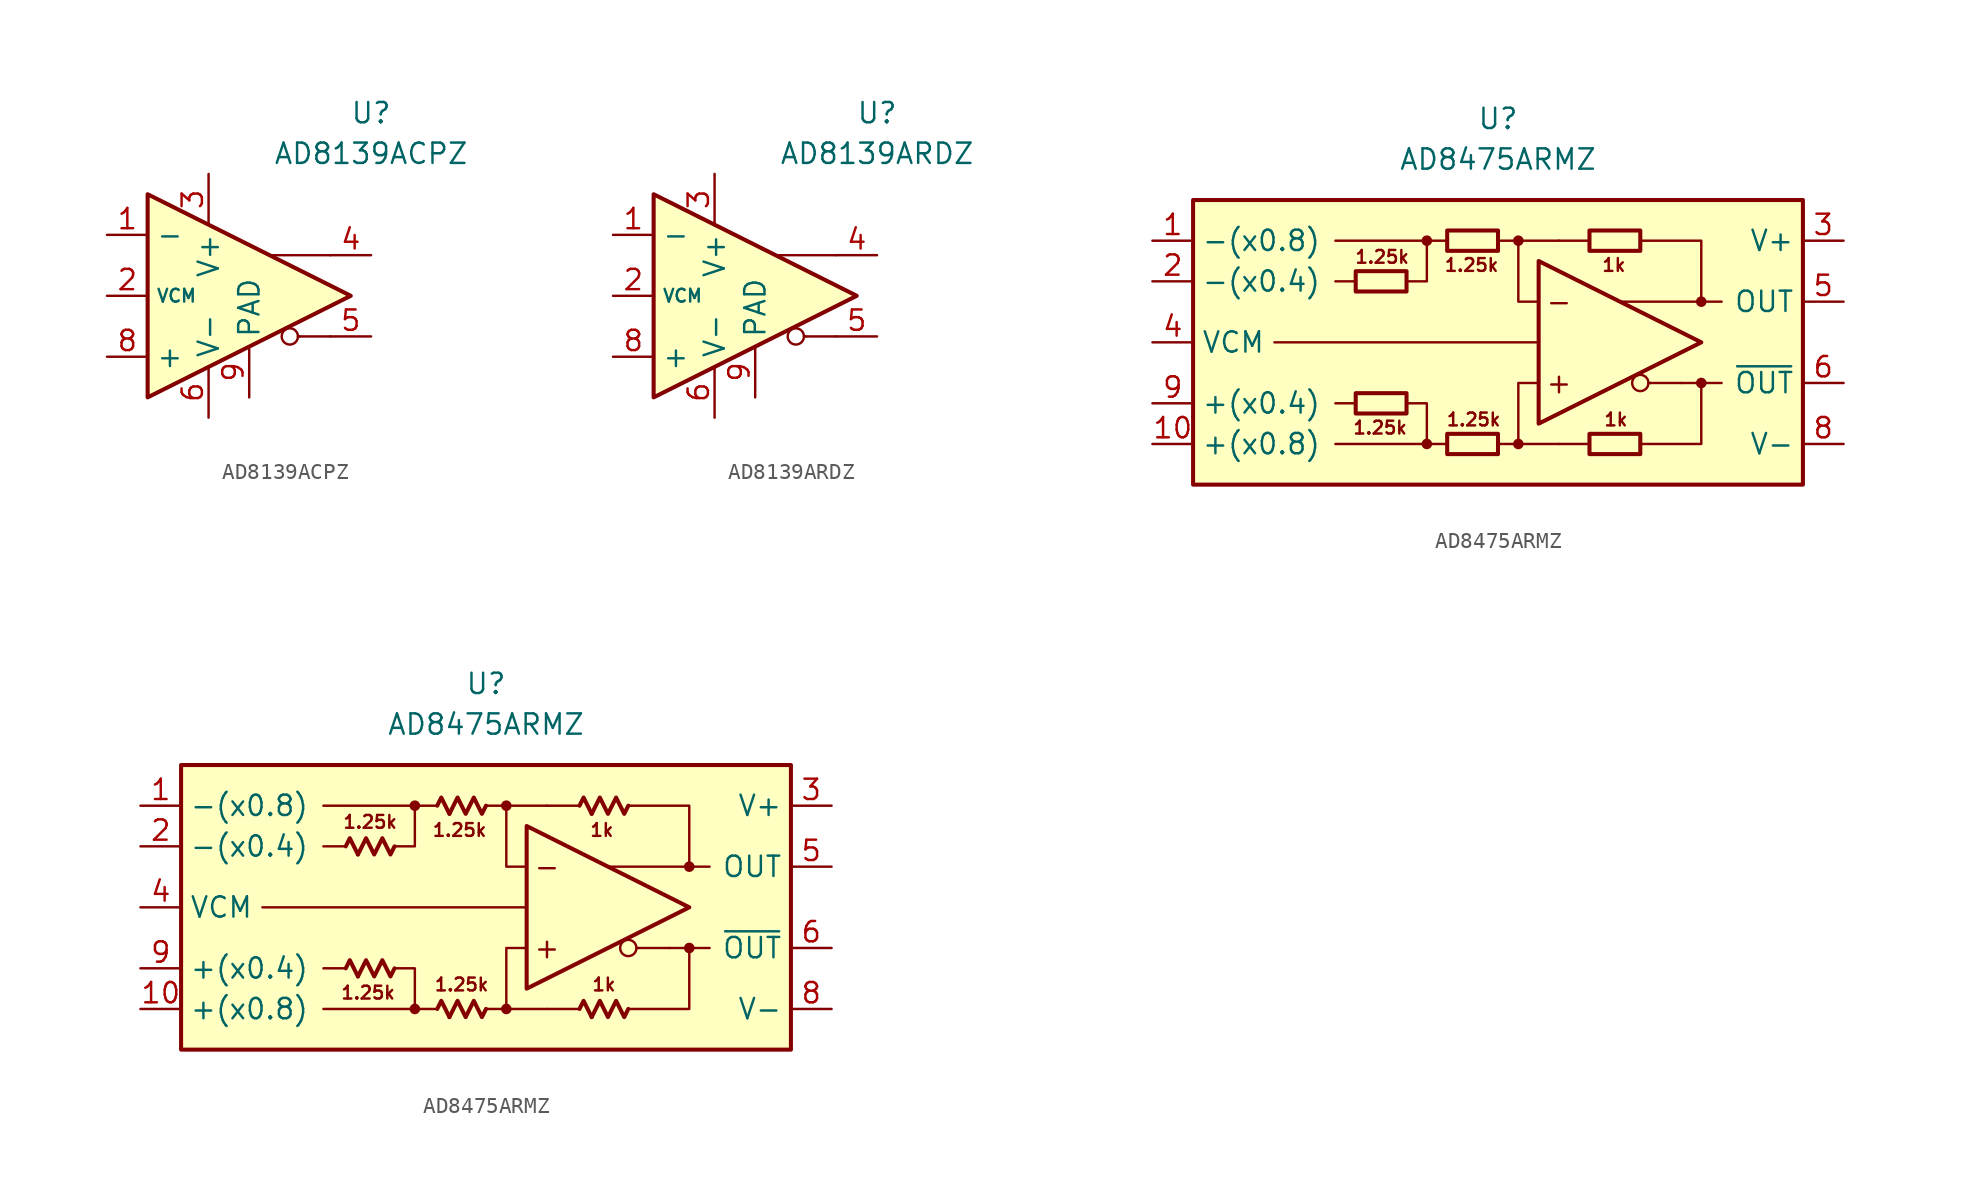
<source format=kicad_sym>
(kicad_symbol_lib
  (version 20231120)
  (generator "kicad_symbol_editor")
  (generator_version "8.0")
  (symbol "AD8139ACPZ"
    (property "Reference" "U"
      (at 8.89 11.43 0)
      (effects (font (size 1.27 1.27))))
    (property "Value" "AD8139ACPZ"
      (at 8.89 8.89 0)
      (effects (font (size 1.27 1.27))))
    (symbol "AD8139ACPZ_0_0"
      (polyline (pts (xy 4.445 -2.54) (xy 4.318 -2.54)) (stroke (width 0.152) (type default)) (fill (type none)))
      (polyline (pts (xy 6.35 -2.54) (xy 4.445 -2.54)) (stroke (width 0.152) (type default)) (fill (type none)))
      (polyline (pts (xy 6.35 2.54) (xy 2.54 2.54)) (stroke (width 0.152) (type default)) (fill (type none)))
      (circle (center 3.81 -2.54) (radius 0.508) (stroke (width 0.152) (type default)) (fill (type none))))
    (symbol "AD8139ACPZ_0_1"
      (polyline (pts (xy -5.08 6.35) (xy -5.08 -6.35) (xy 7.62 0) (xy -5.08 6.35)) (stroke (width 0.254) (type default)) (fill (type background))))
    (symbol "AD8139ACPZ_1_1"
      (pin input line (at -7.62 3.81 0) (length 2.54) (name "-" (effects (font (size 1.27 1.27)))) (number "1" (effects (font (size 1.27 1.27)))))
      (pin input line (at -7.62 0 0) (length 2.54) (name "VCM" (effects (font (size 0.8 0.8)))) (number "2" (effects (font (size 1.27 1.27)))))
      (pin power_in line (at -1.27 7.62 270) (length 3.18) (name "V+" (effects (font (size 1.27 1.27)))) (number "3" (effects (font (size 1.27 1.27)))))
      (pin output line (at 8.89 2.54 180) (length 2.54) (name "~" (effects (font (size 1.27 1.27)))) (number "4" (effects (font (size 1.27 1.27)))))
      (pin output line (at 8.89 -2.54 180) (length 2.54) (name "~" (effects (font (size 1.27 1.27)))) (number "5" (effects (font (size 1.27 1.27)))))
      (pin power_in line (at -1.27 -7.62 90) (length 3.18) (name "V-" (effects (font (size 1.27 1.27)))) (number "6" (effects (font (size 1.27 1.27)))))
      (pin free line (at 0 0 0) (length 2.54) hide (name "NC" (effects (font (size 1.27 1.27)))) (number "7" (effects (font (size 1.27 1.27)))))
      (pin input line (at -7.62 -3.81 0) (length 2.54) (name "+" (effects (font (size 1.27 1.27)))) (number "8" (effects (font (size 1.27 1.27)))))
      (pin power_in line (at 1.27 -6.35 90) (length 3.18) (name "PAD" (effects (font (size 1.27 1.27)))) (number "9" (effects (font (size 1.27 1.27)))))))
  (symbol "AD8139ARDZ"
    (property "Reference" "U"
      (at 8.89 11.43 0)
      (effects (font (size 1.27 1.27))))
    (property "Value" "AD8139ARDZ"
      (at 8.89 8.89 0)
      (effects (font (size 1.27 1.27))))
    (symbol "AD8139ARDZ_0_0"
      (polyline (pts (xy 4.445 -2.54) (xy 4.318 -2.54)) (stroke (width 0.152) (type default)) (fill (type none)))
      (polyline (pts (xy 6.35 -2.54) (xy 4.445 -2.54)) (stroke (width 0.152) (type default)) (fill (type none)))
      (polyline (pts (xy 6.35 2.54) (xy 2.54 2.54)) (stroke (width 0.152) (type default)) (fill (type none)))
      (circle (center 3.81 -2.54) (radius 0.508) (stroke (width 0.152) (type default)) (fill (type none))))
    (symbol "AD8139ARDZ_0_1"
      (polyline (pts (xy -5.08 6.35) (xy -5.08 -6.35) (xy 7.62 0) (xy -5.08 6.35)) (stroke (width 0.254) (type default)) (fill (type background))))
    (symbol "AD8139ARDZ_1_1"
      (pin input line (at -7.62 3.81 0) (length 2.54) (name "-" (effects (font (size 1.27 1.27)))) (number "1" (effects (font (size 1.27 1.27)))))
      (pin input line (at -7.62 0 0) (length 2.54) (name "VCM" (effects (font (size 0.8 0.8)))) (number "2" (effects (font (size 1.27 1.27)))))
      (pin power_in line (at -1.27 7.62 270) (length 3.18) (name "V+" (effects (font (size 1.27 1.27)))) (number "3" (effects (font (size 1.27 1.27)))))
      (pin output line (at 8.89 2.54 180) (length 2.54) (name "~" (effects (font (size 1.27 1.27)))) (number "4" (effects (font (size 1.27 1.27)))))
      (pin output line (at 8.89 -2.54 180) (length 2.54) (name "~" (effects (font (size 1.27 1.27)))) (number "5" (effects (font (size 1.27 1.27)))))
      (pin power_in line (at -1.27 -7.62 90) (length 3.18) (name "V-" (effects (font (size 1.27 1.27)))) (number "6" (effects (font (size 1.27 1.27)))))
      (pin free line (at 0 0 0) (length 2.54) hide (name "NC" (effects (font (size 1.27 1.27)))) (number "7" (effects (font (size 1.27 1.27)))))
      (pin input line (at -7.62 -3.81 0) (length 2.54) (name "+" (effects (font (size 1.27 1.27)))) (number "8" (effects (font (size 1.27 1.27)))))
      (pin power_in line (at 1.27 -6.35 90) (length 3.18) (name "PAD" (effects (font (size 1.27 1.27)))) (number "9" (effects (font (size 1.27 1.27)))))))
  (symbol "AD8475ARMZ"
    (property "Reference" "U"
      (at 0 13.97 0)
      (effects (font (size 1.27 1.27))))
    (property "Value" "AD8475ARMZ"
      (at 0 11.43 0)
      (effects (font (size 1.27 1.27))))
    (symbol "AD8475ARMZ_0_0"
      (rectangle (start -19.05 8.89) (end 19.05 -8.89) (stroke (width 0.254) (type default)) (fill (type background)))
      (circle (center -4.445 -6.35) (radius 0.254) (stroke (width 0.152) (type default)) (fill (type outline)))
      (circle (center -4.445 6.35) (radius 0.254) (stroke (width 0.152) (type default)) (fill (type outline)))
      (polyline (pts (xy -8.89 -3.81) (xy -10.16 -3.81)) (stroke (width 0.152) (type default)) (fill (type none)))
      (polyline (pts (xy -8.89 3.81) (xy -10.16 3.81)) (stroke (width 0.152) (type default)) (fill (type none)))
      (polyline (pts (xy -4.445 6.35) (xy -10.16 6.35)) (stroke (width 0.152) (type default)) (fill (type none)))
      (polyline (pts (xy -3.175 -6.35) (xy -10.16 -6.35)) (stroke (width 0.152) (type default)) (fill (type none)))
      (polyline (pts (xy -3.175 6.35) (xy -4.445 6.35)) (stroke (width 0.152) (type default)) (fill (type none)))
      (polyline (pts (xy 1.27 6.35) (xy 3.81 6.35)) (stroke (width 0.152) (type default)) (fill (type none)))
      (polyline (pts (xy 3.81 -6.35) (xy 1.27 -6.35)) (stroke (width 0.152) (type default)) (fill (type none)))
      (polyline (pts (xy 5.715 -6.35) (xy 3.81 -6.35)) (stroke (width 0.152) (type default)) (fill (type none)))
      (polyline (pts (xy 5.715 6.35) (xy 3.81 6.35)) (stroke (width 0.152) (type default)) (fill (type none)))
      (polyline (pts (xy 9.525 -2.54) (xy 9.398 -2.54)) (stroke (width 0.152) (type default)) (fill (type none)))
      (polyline (pts (xy 11.43 -2.54) (xy 9.525 -2.54)) (stroke (width 0.152) (type default)) (fill (type none)))
      (polyline (pts (xy 12.7 -2.54) (xy 13.97 -2.54)) (stroke (width 0.152) (type default)) (fill (type none)))
      (polyline (pts (xy 12.7 2.54) (xy 13.97 2.54)) (stroke (width 0.152) (type default)) (fill (type none)))
      (polyline (pts (xy -5.715 -3.81) (xy -4.445 -3.81) (xy -4.445 -6.35)) (stroke (width 0.152) (type default)) (fill (type none)))
      (polyline (pts (xy -5.715 3.81) (xy -4.445 3.81) (xy -4.445 6.35)) (stroke (width 0.152) (type default)) (fill (type none)))
      (polyline (pts (xy 0 -6.35) (xy 1.27 -6.35) (xy 1.27 -2.54) (xy 2.54 -2.54)) (stroke (width 0.152) (type default)) (fill (type none)))
      (polyline (pts (xy 2.54 2.54) (xy 1.27 2.54) (xy 1.27 6.35) (xy 0 6.35)) (stroke (width 0.152) (type default)) (fill (type none)))
      (polyline (pts (xy 8.89 6.35) (xy 12.7 6.35) (xy 12.7 2.54) (xy 7.62 2.54)) (stroke (width 0.152) (type default)) (fill (type none)))
      (polyline (pts (xy 11.43 -2.54) (xy 12.7 -2.54) (xy 12.7 -6.35) (xy 8.89 -6.35)) (stroke (width 0.152) (type default)) (fill (type none)))
      (circle (center 1.27 -6.35) (radius 0.254) (stroke (width 0.152) (type default)) (fill (type outline)))
      (circle (center 1.27 6.35) (radius 0.254) (stroke (width 0.152) (type default)) (fill (type outline)))
      (circle (center 8.89 -2.54) (radius 0.508) (stroke (width 0.152) (type default)) (fill (type none)))
      (circle (center 12.7 -2.54) (radius 0.254) (stroke (width 0.152) (type default)) (fill (type outline)))
      (circle (center 12.7 2.54) (radius 0.254) (stroke (width 0.152) (type default)) (fill (type outline)))
      (text "+" (at 3.81 -2.54 0) (effects (font (size 1.27 1.27))))
      (text "-" (at 3.81 2.54 0) (effects (font (size 1.27 1.27))))
      (text "1.25k" (at -7.366 -5.334 0) (effects (font (size 0.8 0.8))))
      (text "1.25k" (at -7.239 5.334 0) (effects (font (size 0.8 0.8))))
      (text "1.25k" (at -1.651 4.826 0) (effects (font (size 0.8 0.8))))
      (text "1.25k" (at -1.524 -4.826 0) (effects (font (size 0.8 0.8))))
      (text "1k" (at 7.239 4.826 0) (effects (font (size 0.8 0.8))))
      (text "1k" (at 7.366 -4.826 0) (effects (font (size 0.8 0.8)))))
    (symbol "AD8475ARMZ_0_1"
      (rectangle (start -8.89 4.445) (end -5.715 3.175) (stroke (width 0.254) (type default)) (fill (type none)))
      (rectangle (start -5.715 -4.445) (end -8.89 -3.175) (stroke (width 0.254) (type default)) (fill (type none)))
      (rectangle (start -3.175 -5.715) (end 0 -6.985) (stroke (width 0.254) (type default)) (fill (type none)))
      (rectangle (start 0 5.715) (end -3.175 6.985) (stroke (width 0.254) (type default)) (fill (type none)))
      (rectangle (start 5.715 -5.715) (end 8.89 -6.985) (stroke (width 0.254) (type default)) (fill (type none)))
      (rectangle (start 8.89 5.715) (end 5.715 6.985) (stroke (width 0.254) (type default)) (fill (type none))))
    (symbol "AD8475ARMZ_0_2"
      (polyline (pts (xy -8.001 -4.318) (xy -8.509 -3.302) (xy -8.763 -3.81)) (stroke (width 0.254) (type default)) (fill (type none)))
      (polyline (pts (xy -8.001 3.302) (xy -8.509 4.318) (xy -8.763 3.81)) (stroke (width 0.254) (type default)) (fill (type none)))
      (polyline (pts (xy -2.286 -6.858) (xy -2.794 -5.842) (xy -3.048 -6.35)) (stroke (width 0.254) (type default)) (fill (type none)))
      (polyline (pts (xy -2.286 5.842) (xy -2.794 6.858) (xy -3.048 6.35)) (stroke (width 0.254) (type default)) (fill (type none)))
      (polyline (pts (xy 6.604 -6.858) (xy 6.096 -5.842) (xy 5.842 -6.35)) (stroke (width 0.254) (type default)) (fill (type none)))
      (polyline (pts (xy 6.604 5.842) (xy 6.096 6.858) (xy 5.842 6.35)) (stroke (width 0.254) (type default)) (fill (type none)))
      (polyline (pts (xy -5.715 -3.81) (xy -5.969 -4.318) (xy -6.477 -3.302) (xy -6.985 -4.318) (xy -7.493 -3.302) (xy -8.001 -4.318)) (stroke (width 0.254) (type default)) (fill (type none)))
      (polyline (pts (xy -5.715 3.81) (xy -5.969 3.302) (xy -6.477 4.318) (xy -6.985 3.302) (xy -7.493 4.318) (xy -8.001 3.302)) (stroke (width 0.254) (type default)) (fill (type none)))
      (polyline (pts (xy 0 -6.35) (xy -0.254 -6.858) (xy -0.762 -5.842) (xy -1.27 -6.858) (xy -1.778 -5.842) (xy -2.286 -6.858)) (stroke (width 0.254) (type default)) (fill (type none)))
      (polyline (pts (xy 0 6.35) (xy -0.254 5.842) (xy -0.762 6.858) (xy -1.27 5.842) (xy -1.778 6.858) (xy -2.286 5.842)) (stroke (width 0.254) (type default)) (fill (type none)))
      (polyline (pts (xy 8.89 -6.35) (xy 8.636 -6.858) (xy 8.128 -5.842) (xy 7.62 -6.858) (xy 7.112 -5.842) (xy 6.604 -6.858)) (stroke (width 0.254) (type default)) (fill (type none)))
      (polyline (pts (xy 8.89 6.35) (xy 8.636 5.842) (xy 8.128 6.858) (xy 7.62 5.842) (xy 7.112 6.858) (xy 6.604 5.842)) (stroke (width 0.254) (type default)) (fill (type none))))
    (symbol "AD8475ARMZ_1_0"
      (polyline (pts (xy 2.54 0) (xy -13.97 0)) (stroke (width 0.152) (type default)) (fill (type none)))
      (polyline (pts (xy 2.54 5.08) (xy 2.54 -5.08) (xy 12.7 0) (xy 2.54 5.08)) (stroke (width 0.254) (type default)) (fill (type none))))
    (symbol "AD8475ARMZ_1_1"
      (pin input line (at -21.59 6.35 0) (length 2.54) (name "-(x0.8)" (effects (font (size 1.27 1.27)))) (number "1" (effects (font (size 1.27 1.27)))))
      (pin input line (at -21.59 -6.35 0) (length 2.54) (name "+(x0.8)" (effects (font (size 1.27 1.27)))) (number "10" (effects (font (size 1.27 1.27)))))
      (pin input line (at -21.59 3.81 0) (length 2.54) (name "-(x0.4)" (effects (font (size 1.27 1.27)))) (number "2" (effects (font (size 1.27 1.27)))))
      (pin power_in line (at 21.59 6.35 180) (length 2.54) (name "V+" (effects (font (size 1.27 1.27)))) (number "3" (effects (font (size 1.27 1.27)))))
      (pin input line (at -21.59 0 0) (length 2.54) (name "VCM" (effects (font (size 1.27 1.27)))) (number "4" (effects (font (size 1.27 1.27)))))
      (pin output line (at 21.59 2.54 180) (length 2.54) (name "OUT" (effects (font (size 1.27 1.27)))) (number "5" (effects (font (size 1.27 1.27)))))
      (pin output line (at 21.59 -2.54 180) (length 2.54) (name "~{OUT}" (effects (font (size 1.27 1.27)))) (number "6" (effects (font (size 1.27 1.27)))))
      (pin free line (at -1.27 0 0) (length 2.54) hide (name "NC" (effects (font (size 1.27 1.27)))) (number "7" (effects (font (size 1.27 1.27)))))
      (pin power_in line (at 21.59 -6.35 180) (length 2.54) (name "V-" (effects (font (size 1.27 1.27)))) (number "8" (effects (font (size 1.27 1.27)))))
      (pin input line (at -21.59 -3.81 0) (length 2.54) (name "+(x0.4)" (effects (font (size 1.27 1.27)))) (number "9" (effects (font (size 1.27 1.27))))))
    (symbol "AD8475ARMZ_1_2"
      (pin input line (at -21.59 6.35 0) (length 2.54) (name "-(x0.8)" (effects (font (size 1.27 1.27)))) (number "1" (effects (font (size 1.27 1.27)))))
      (pin input line (at -21.59 -6.35 0) (length 2.54) (name "+(x0.8)" (effects (font (size 1.27 1.27)))) (number "10" (effects (font (size 1.27 1.27)))))
      (pin input line (at -21.59 3.81 0) (length 2.54) (name "-(x0.4)" (effects (font (size 1.27 1.27)))) (number "2" (effects (font (size 1.27 1.27)))))
      (pin power_in line (at 21.59 6.35 180) (length 2.54) (name "V+" (effects (font (size 1.27 1.27)))) (number "3" (effects (font (size 1.27 1.27)))))
      (pin input line (at -21.59 0 0) (length 2.54) (name "VCM" (effects (font (size 1.27 1.27)))) (number "4" (effects (font (size 1.27 1.27)))))
      (pin output line (at 21.59 2.54 180) (length 2.54) (name "OUT" (effects (font (size 1.27 1.27)))) (number "5" (effects (font (size 1.27 1.27)))))
      (pin output line (at 21.59 -2.54 180) (length 2.54) (name "~{OUT}" (effects (font (size 1.27 1.27)))) (number "6" (effects (font (size 1.27 1.27)))))
      (pin free line (at -1.27 0 0) (length 2.54) hide (name "NC" (effects (font (size 1.27 1.27)))) (number "7" (effects (font (size 1.27 1.27)))))
      (pin power_in line (at 21.59 -6.35 180) (length 2.54) (name "V-" (effects (font (size 1.27 1.27)))) (number "8" (effects (font (size 1.27 1.27)))))
      (pin input line (at -21.59 -3.81 0) (length 2.54) (name "+(x0.4)" (effects (font (size 1.27 1.27)))) (number "9" (effects (font (size 1.27 1.27))))))))
</source>
